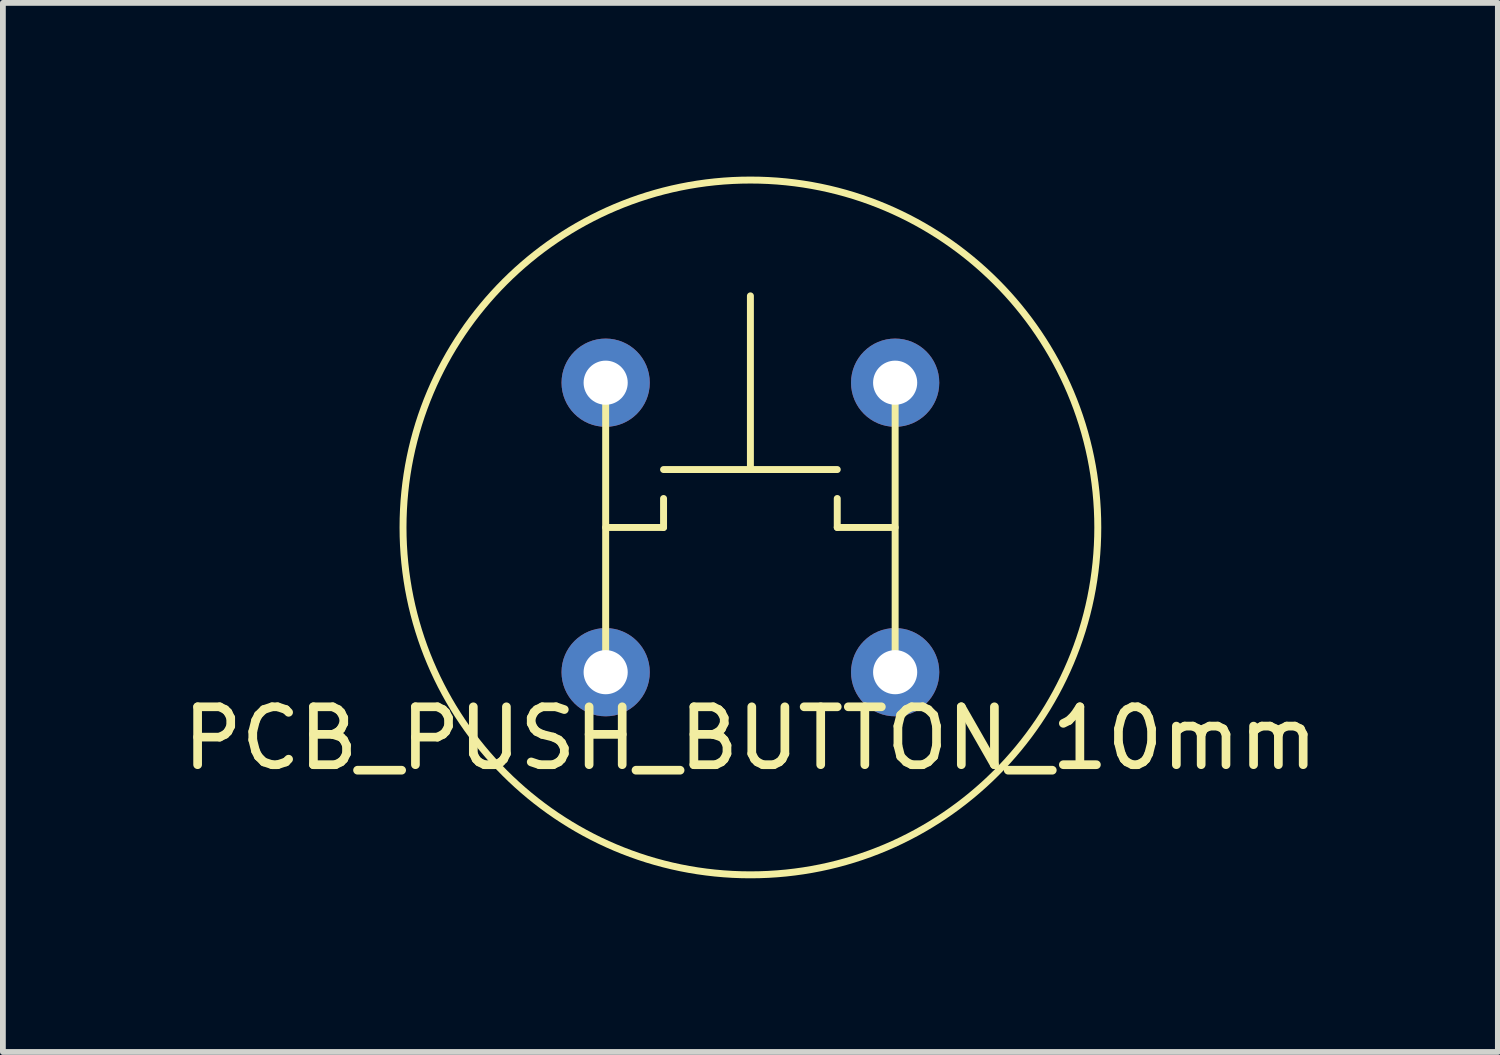
<source format=kicad_pcb>
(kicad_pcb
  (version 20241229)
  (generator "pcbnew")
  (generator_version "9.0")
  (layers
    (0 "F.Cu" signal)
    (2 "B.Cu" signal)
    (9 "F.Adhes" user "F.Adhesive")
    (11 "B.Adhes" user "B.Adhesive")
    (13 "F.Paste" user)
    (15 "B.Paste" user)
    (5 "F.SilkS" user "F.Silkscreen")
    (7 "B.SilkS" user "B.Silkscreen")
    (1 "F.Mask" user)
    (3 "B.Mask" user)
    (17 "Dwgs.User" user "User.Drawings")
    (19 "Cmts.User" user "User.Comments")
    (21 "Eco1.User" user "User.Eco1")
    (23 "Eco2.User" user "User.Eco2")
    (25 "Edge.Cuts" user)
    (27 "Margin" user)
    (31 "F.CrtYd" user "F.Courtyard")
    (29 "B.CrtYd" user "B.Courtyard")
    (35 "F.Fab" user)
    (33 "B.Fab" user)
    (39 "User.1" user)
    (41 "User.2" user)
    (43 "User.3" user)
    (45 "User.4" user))
  (footprint "PCB_PUSH_BUTTON_10mm"
    (layer "F.Cu")
    (at 7.411 8.56)
    (property "Reference" "PCB_PUSH_BUTTON_10mm" (at 2.5 1.143 0) (layer "F.SilkS") (effects (font (size 1 1) (thickness 0.15))))
    (attr through_hole)
    (fp_line (start 0 -5) (end 0 0) (stroke (width 0.12) (type solid)) (layer "F.SilkS"))
    (fp_line (start 0 -2.5) (end 1 -2.5) (stroke (width 0.12) (type solid)) (layer "F.SilkS"))
    (fp_line (start 1 -3.5) (end 4 -3.5) (stroke (width 0.12) (type solid)) (layer "F.SilkS"))
    (fp_line (start 1 -2.5) (end 1 -3) (stroke (width 0.12) (type solid)) (layer "F.SilkS"))
    (fp_line (start 2.5 -3.5) (end 2.5 -6.5) (stroke (width 0.12) (type solid)) (layer "F.SilkS"))
    (fp_line (start 4 -2.5) (end 4 -3) (stroke (width 0.12) (type solid)) (layer "F.SilkS"))
    (fp_line (start 5 -5) (end 5 0) (stroke (width 0.12) (type solid)) (layer "F.SilkS"))
    (fp_line (start 5 -2.5) (end 4 -2.5) (stroke (width 0.12) (type solid)) (layer "F.SilkS"))
    (fp_circle (center 2.5 -2.5) (end 8.5 -2.5) (stroke (width 0.12) (type solid)) (fill no) (layer "F.SilkS"))
    (pad "1" thru_hole circle (at 0 -5) (size 1.524 1.524) (drill 0.762) (layers "*.Cu" "*.Mask"))
    (pad "1" thru_hole circle (at 0 0) (size 1.524 1.524) (drill 0.762) (layers "*.Cu" "*.Mask"))
    (pad "2" thru_hole circle (at 5 -5) (size 1.524 1.524) (drill 0.762) (layers "*.Cu" "*.Mask"))
    (pad "2" thru_hole circle (at 5 0) (size 1.524 1.524) (drill 0.762) (layers "*.Cu" "*.Mask")))
  (gr_rect
    (start -3 -3)
    (end 22.821 15.12)
    (stroke (width 0.1) (type default))
    (fill no)
    (layer "Edge.Cuts")))
</source>
